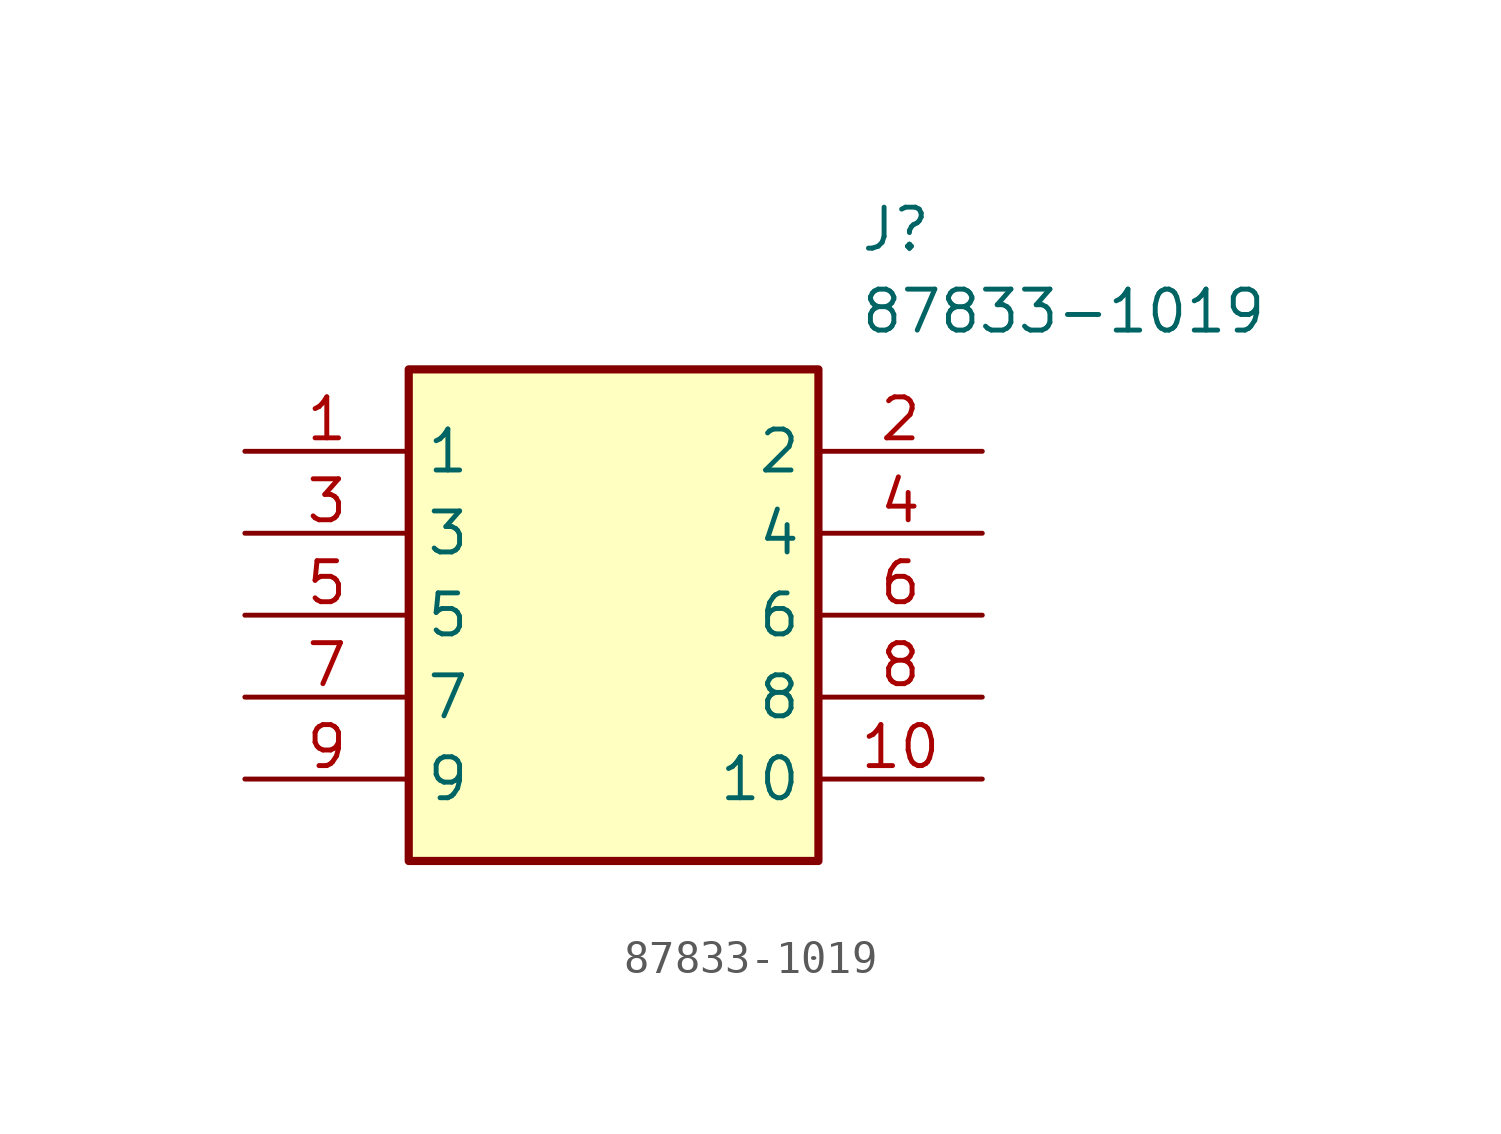
<source format=kicad_sym>
(kicad_symbol_lib
  (version 20211014)
  (generator SamacSys_ECAD_Model)
  (symbol "87833-1019"
    (property "Reference" "J"
      (at 19.05 7.62 0)
      (effects (font (size 1.27 1.27)) (justify left top)))
    (property "Value" "87833-1019"
      (at 19.05 5.08 0)
      (effects (font (size 1.27 1.27)) (justify left top)))
    (rectangle
      (start 5.08 2.54)
      (end 17.78 -12.7)
      (stroke (width 0.254) (type default))
      (fill (type background)))
    (pin passive line
      (at 0 0 0)
      (length 5.08)
      (name "1" (effects (font (size 1.27 1.27))))
      (number "1" (effects (font (size 1.27 1.27)))))
    (pin passive line
      (at 0 -2.54 0)
      (length 5.08)
      (name "3" (effects (font (size 1.27 1.27))))
      (number "3" (effects (font (size 1.27 1.27)))))
    (pin passive line
      (at 0 -5.08 0)
      (length 5.08)
      (name "5" (effects (font (size 1.27 1.27))))
      (number "5" (effects (font (size 1.27 1.27)))))
    (pin passive line
      (at 0 -7.62 0)
      (length 5.08)
      (name "7" (effects (font (size 1.27 1.27))))
      (number "7" (effects (font (size 1.27 1.27)))))
    (pin passive line
      (at 0 -10.16 0)
      (length 5.08)
      (name "9" (effects (font (size 1.27 1.27))))
      (number "9" (effects (font (size 1.27 1.27)))))
    (pin passive line
      (at 22.86 0 180)
      (length 5.08)
      (name "2" (effects (font (size 1.27 1.27))))
      (number "2" (effects (font (size 1.27 1.27)))))
    (pin passive line
      (at 22.86 -2.54 180)
      (length 5.08)
      (name "4" (effects (font (size 1.27 1.27))))
      (number "4" (effects (font (size 1.27 1.27)))))
    (pin passive line
      (at 22.86 -5.08 180)
      (length 5.08)
      (name "6" (effects (font (size 1.27 1.27))))
      (number "6" (effects (font (size 1.27 1.27)))))
    (pin passive line
      (at 22.86 -7.62 180)
      (length 5.08)
      (name "8" (effects (font (size 1.27 1.27))))
      (number "8" (effects (font (size 1.27 1.27)))))
    (pin passive line
      (at 22.86 -10.16 180)
      (length 5.08)
      (name "10" (effects (font (size 1.27 1.27))))
      (number "10" (effects (font (size 1.27 1.27)))))))
</source>
